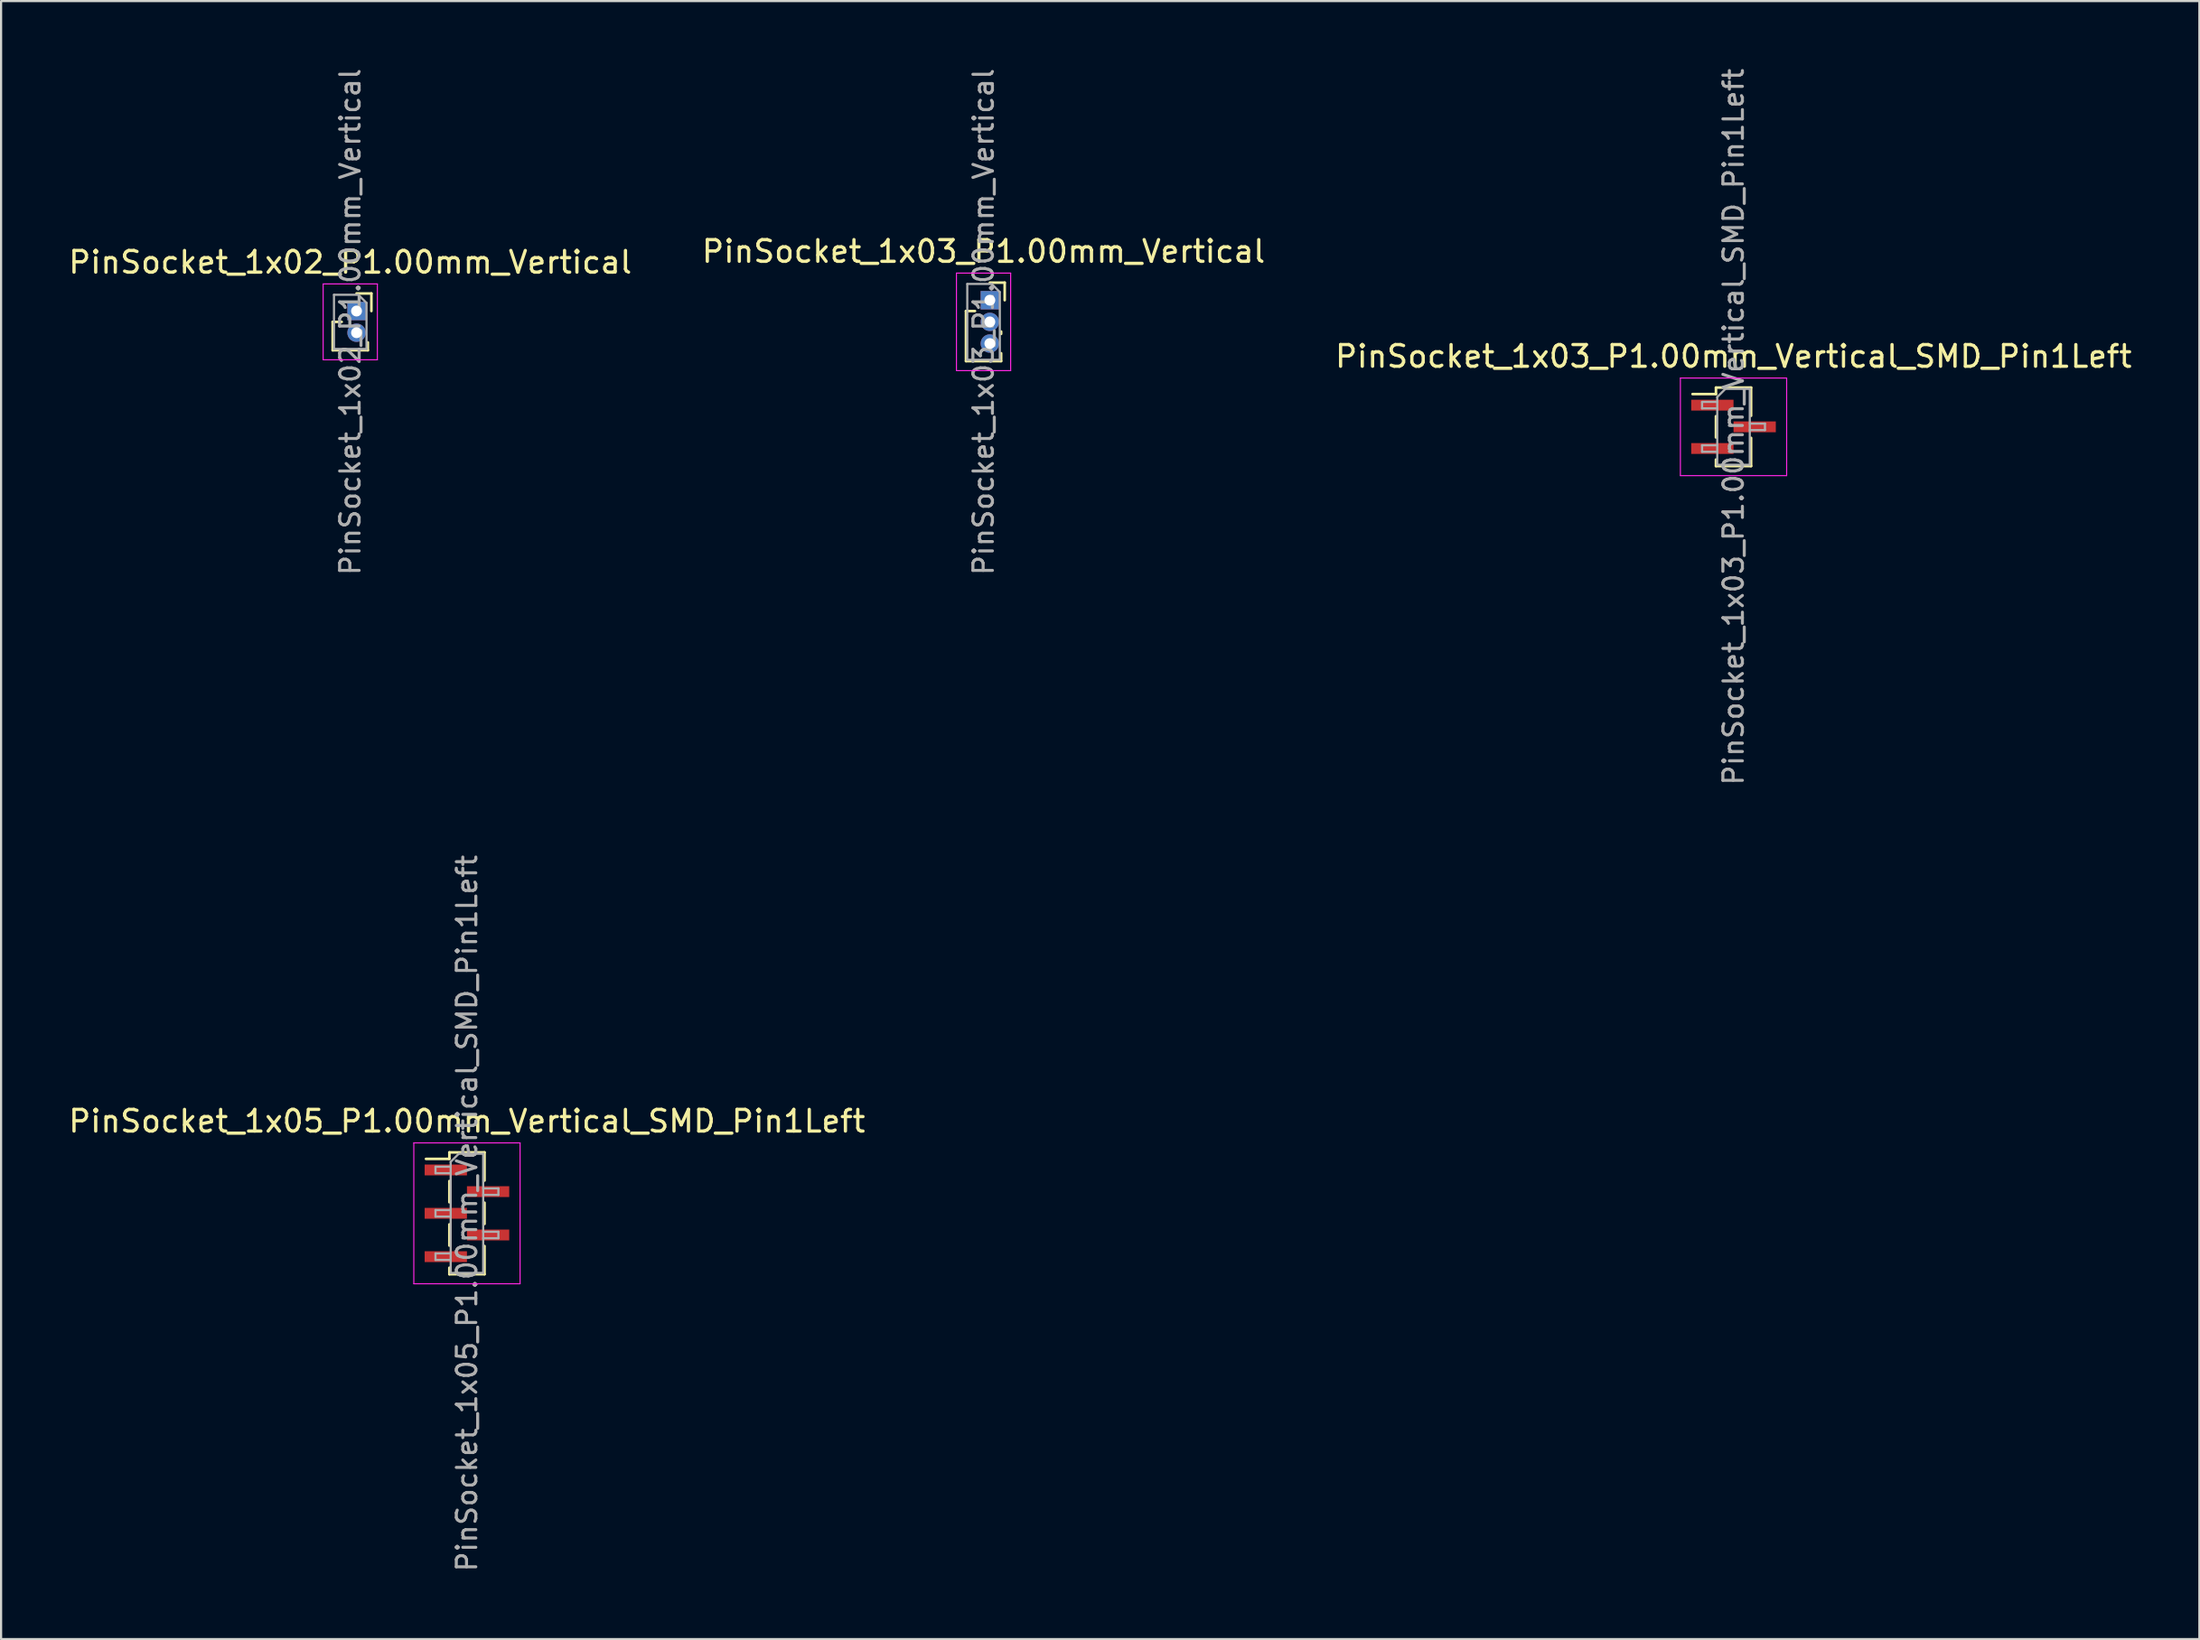
<source format=kicad_pcb>
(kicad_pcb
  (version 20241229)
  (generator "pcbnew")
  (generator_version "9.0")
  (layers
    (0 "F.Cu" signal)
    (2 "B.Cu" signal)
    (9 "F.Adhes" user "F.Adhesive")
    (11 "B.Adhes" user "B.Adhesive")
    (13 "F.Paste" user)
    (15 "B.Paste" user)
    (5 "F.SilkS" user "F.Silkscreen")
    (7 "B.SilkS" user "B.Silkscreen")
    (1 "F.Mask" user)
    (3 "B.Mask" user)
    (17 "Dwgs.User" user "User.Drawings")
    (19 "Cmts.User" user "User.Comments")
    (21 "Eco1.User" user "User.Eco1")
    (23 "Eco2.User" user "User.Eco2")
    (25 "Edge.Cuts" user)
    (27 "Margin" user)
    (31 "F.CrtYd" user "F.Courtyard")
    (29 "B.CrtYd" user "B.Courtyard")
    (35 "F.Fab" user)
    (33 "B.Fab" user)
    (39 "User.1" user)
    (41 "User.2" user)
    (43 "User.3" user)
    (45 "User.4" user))
  (footprint "PinSocket_1x02_P1.00mm_Vertical"
    (layer "F.Cu")
    (at 13.391 11.299)
    (property "Reference" "PinSocket_1x02_P1.00mm_Vertical" (at -0.29 -2.25 0) (layer "F.SilkS") (effects (font (size 1 1) (thickness 0.15))))
    (attr through_hole)
    (fp_line (start -1.1 0.5) (end -1.1 1.81) (stroke (width 0.12) (type solid)) (layer "F.SilkS"))
    (fp_line (start -1.1 0.5) (end -0.685 0.5) (stroke (width 0.12) (type solid)) (layer "F.SilkS"))
    (fp_line (start -1.1 1.81) (end 0.52 1.81) (stroke (width 0.12) (type solid)) (layer "F.SilkS"))
    (fp_line (start 0 -0.81) (end 0.685 -0.81) (stroke (width 0.12) (type solid)) (layer "F.SilkS"))
    (fp_line (start 0.52 1.446) (end 0.52 1.81) (stroke (width 0.12) (type solid)) (layer "F.SilkS"))
    (fp_line (start 0.685 -0.81) (end 0.685 0) (stroke (width 0.12) (type solid)) (layer "F.SilkS"))
    (fp_line (start -1.54 -1.25) (end 0.96 -1.25) (stroke (width 0.05) (type solid)) (layer "F.CrtYd"))
    (fp_line (start -1.54 2.25) (end -1.54 -1.25) (stroke (width 0.05) (type solid)) (layer "F.CrtYd"))
    (fp_line (start 0.96 -1.25) (end 0.96 2.25) (stroke (width 0.05) (type solid)) (layer "F.CrtYd"))
    (fp_line (start 0.96 2.25) (end -1.54 2.25) (stroke (width 0.05) (type solid)) (layer "F.CrtYd"))
    (fp_line (start -1.04 -0.75) (end 0.085 -0.75) (stroke (width 0.1) (type solid)) (layer "F.Fab"))
    (fp_line (start -1.04 1.75) (end -1.04 -0.75) (stroke (width 0.1) (type solid)) (layer "F.Fab"))
    (fp_line (start 0.085 -0.75) (end 0.46 -0.375) (stroke (width 0.1) (type solid)) (layer "F.Fab"))
    (fp_line (start 0.46 -0.375) (end 0.46 1.75) (stroke (width 0.1) (type solid)) (layer "F.Fab"))
    (fp_line (start 0.46 1.75) (end -1.04 1.75) (stroke (width 0.1) (type solid)) (layer "F.Fab"))
    (fp_text user "${REFERENCE}" (at -0.29 0.5 90) (layer "F.Fab") (effects (font (size 0.9 0.9) (thickness 0.14))))
    (pad "1" thru_hole rect (at 0 0) (size 0.85 0.85) (drill 0.5) (layers "*.Cu" "*.Mask"))
    (pad "2" thru_hole oval (at 0 1) (size 0.85 0.85) (drill 0.5) (layers "*.Cu" "*.Mask")))
  (footprint "PinSocket_1x05_P1.00mm_Vertical_SMD_Pin1Left"
    (layer "F.Cu")
    (at 18.482 52.924)
    (property "Reference" "PinSocket_1x05_P1.00mm_Vertical_SMD_Pin1Left" (at 0 -4.25 0) (layer "F.SilkS") (effects (font (size 1 1) (thickness 0.15))))
    (attr smd)
    (fp_line (start -1.89 -2.51) (end -0.81 -2.51) (stroke (width 0.12) (type solid)) (layer "F.SilkS"))
    (fp_line (start -0.81 -2.81) (end -0.81 -2.51) (stroke (width 0.12) (type solid)) (layer "F.SilkS"))
    (fp_line (start -0.81 -2.81) (end 0.81 -2.81) (stroke (width 0.12) (type solid)) (layer "F.SilkS"))
    (fp_line (start -0.81 -1.49) (end -0.81 -0.51) (stroke (width 0.12) (type solid)) (layer "F.SilkS"))
    (fp_line (start -0.81 0.51) (end -0.81 1.49) (stroke (width 0.12) (type solid)) (layer "F.SilkS"))
    (fp_line (start -0.81 2.51) (end -0.81 2.81) (stroke (width 0.12) (type solid)) (layer "F.SilkS"))
    (fp_line (start -0.81 2.81) (end 0.81 2.81) (stroke (width 0.12) (type solid)) (layer "F.SilkS"))
    (fp_line (start 0.81 -2.81) (end 0.81 -1.51) (stroke (width 0.12) (type solid)) (layer "F.SilkS"))
    (fp_line (start 0.81 -0.49) (end 0.81 0.49) (stroke (width 0.12) (type solid)) (layer "F.SilkS"))
    (fp_line (start 0.81 1.51) (end 0.81 2.81) (stroke (width 0.12) (type solid)) (layer "F.SilkS"))
    (fp_line (start -2.45 -3.25) (end 2.45 -3.25) (stroke (width 0.05) (type solid)) (layer "F.CrtYd"))
    (fp_line (start -2.45 3.25) (end -2.45 -3.25) (stroke (width 0.05) (type solid)) (layer "F.CrtYd"))
    (fp_line (start 2.45 -3.25) (end 2.45 3.25) (stroke (width 0.05) (type solid)) (layer "F.CrtYd"))
    (fp_line (start 2.45 3.25) (end -2.45 3.25) (stroke (width 0.05) (type solid)) (layer "F.CrtYd"))
    (fp_line (start -1.45 -2.15) (end -0.75 -2.15) (stroke (width 0.1) (type solid)) (layer "F.Fab"))
    (fp_line (start -1.45 -1.85) (end -1.45 -2.15) (stroke (width 0.1) (type solid)) (layer "F.Fab"))
    (fp_line (start -1.45 -0.15) (end -0.75 -0.15) (stroke (width 0.1) (type solid)) (layer "F.Fab"))
    (fp_line (start -1.45 0.15) (end -1.45 -0.15) (stroke (width 0.1) (type solid)) (layer "F.Fab"))
    (fp_line (start -1.45 1.85) (end -0.75 1.85) (stroke (width 0.1) (type solid)) (layer "F.Fab"))
    (fp_line (start -1.45 2.15) (end -1.45 1.85) (stroke (width 0.1) (type solid)) (layer "F.Fab"))
    (fp_line (start -0.75 -2.375) (end -0.375 -2.75) (stroke (width 0.1) (type solid)) (layer "F.Fab"))
    (fp_line (start -0.75 -1.85) (end -1.45 -1.85) (stroke (width 0.1) (type solid)) (layer "F.Fab"))
    (fp_line (start -0.75 0.15) (end -1.45 0.15) (stroke (width 0.1) (type solid)) (layer "F.Fab"))
    (fp_line (start -0.75 2.15) (end -1.45 2.15) (stroke (width 0.1) (type solid)) (layer "F.Fab"))
    (fp_line (start -0.75 2.75) (end -0.75 -2.375) (stroke (width 0.1) (type solid)) (layer "F.Fab"))
    (fp_line (start -0.375 -2.75) (end 0.75 -2.75) (stroke (width 0.1) (type solid)) (layer "F.Fab"))
    (fp_line (start 0.75 -2.75) (end 0.75 2.75) (stroke (width 0.1) (type solid)) (layer "F.Fab"))
    (fp_line (start 0.75 -1.15) (end 1.45 -1.15) (stroke (width 0.1) (type solid)) (layer "F.Fab"))
    (fp_line (start 0.75 0.85) (end 1.45 0.85) (stroke (width 0.1) (type solid)) (layer "F.Fab"))
    (fp_line (start 0.75 2.75) (end -0.75 2.75) (stroke (width 0.1) (type solid)) (layer "F.Fab"))
    (fp_line (start 1.45 -1.15) (end 1.45 -0.85) (stroke (width 0.1) (type solid)) (layer "F.Fab"))
    (fp_line (start 1.45 -0.85) (end 0.75 -0.85) (stroke (width 0.1) (type solid)) (layer "F.Fab"))
    (fp_line (start 1.45 0.85) (end 1.45 1.15) (stroke (width 0.1) (type solid)) (layer "F.Fab"))
    (fp_line (start 1.45 1.15) (end 0.75 1.15) (stroke (width 0.1) (type solid)) (layer "F.Fab"))
    (fp_text user "${REFERENCE}" (at 0 0 90) (layer "F.Fab") (effects (font (size 0.9 0.9) (thickness 0.14))))
    (pad "1" smd rect (at -0.975 -2) (size 1.95 0.5) (layers "F.Cu" "F.Mask" "F.Paste"))
    (pad "2" smd rect (at 0.975 -1) (size 1.95 0.5) (layers "F.Cu" "F.Mask" "F.Paste"))
    (pad "3" smd rect (at -0.975 0) (size 1.95 0.5) (layers "F.Cu" "F.Mask" "F.Paste"))
    (pad "4" smd rect (at 0.975 1) (size 1.95 0.5) (layers "F.Cu" "F.Mask" "F.Paste"))
    (pad "5" smd rect (at -0.975 2) (size 1.95 0.5) (layers "F.Cu" "F.Mask" "F.Paste")))
  (footprint "PinSocket_1x03_P1.00mm_Vertical"
    (layer "F.Cu")
    (at 42.594 10.799)
    (property "Reference" "PinSocket_1x03_P1.00mm_Vertical" (at -0.29 -2.25 0) (layer "F.SilkS") (effects (font (size 1 1) (thickness 0.15))))
    (attr through_hole)
    (fp_line (start -1.1 0.5) (end -1.1 2.81) (stroke (width 0.12) (type solid)) (layer "F.SilkS"))
    (fp_line (start -1.1 0.5) (end -0.685 0.5) (stroke (width 0.12) (type solid)) (layer "F.SilkS"))
    (fp_line (start -1.1 2.81) (end 0.52 2.81) (stroke (width 0.12) (type solid)) (layer "F.SilkS"))
    (fp_line (start 0 -0.81) (end 0.685 -0.81) (stroke (width 0.12) (type solid)) (layer "F.SilkS"))
    (fp_line (start 0.52 1.446) (end 0.52 1.554) (stroke (width 0.12) (type solid)) (layer "F.SilkS"))
    (fp_line (start 0.52 2.446) (end 0.52 2.81) (stroke (width 0.12) (type solid)) (layer "F.SilkS"))
    (fp_line (start 0.685 -0.81) (end 0.685 0) (stroke (width 0.12) (type solid)) (layer "F.SilkS"))
    (fp_line (start -1.54 -1.25) (end 0.96 -1.25) (stroke (width 0.05) (type solid)) (layer "F.CrtYd"))
    (fp_line (start -1.54 3.25) (end -1.54 -1.25) (stroke (width 0.05) (type solid)) (layer "F.CrtYd"))
    (fp_line (start 0.96 -1.25) (end 0.96 3.25) (stroke (width 0.05) (type solid)) (layer "F.CrtYd"))
    (fp_line (start 0.96 3.25) (end -1.54 3.25) (stroke (width 0.05) (type solid)) (layer "F.CrtYd"))
    (fp_line (start -1.04 -0.75) (end 0.085 -0.75) (stroke (width 0.1) (type solid)) (layer "F.Fab"))
    (fp_line (start -1.04 2.75) (end -1.04 -0.75) (stroke (width 0.1) (type solid)) (layer "F.Fab"))
    (fp_line (start 0.085 -0.75) (end 0.46 -0.375) (stroke (width 0.1) (type solid)) (layer "F.Fab"))
    (fp_line (start 0.46 -0.375) (end 0.46 2.75) (stroke (width 0.1) (type solid)) (layer "F.Fab"))
    (fp_line (start 0.46 2.75) (end -1.04 2.75) (stroke (width 0.1) (type solid)) (layer "F.Fab"))
    (fp_text user "${REFERENCE}" (at -0.29 1 90) (layer "F.Fab") (effects (font (size 0.9 0.9) (thickness 0.14))))
    (pad "1" thru_hole rect (at 0 0) (size 0.85 0.85) (drill 0.5) (layers "*.Cu" "*.Mask"))
    (pad "2" thru_hole oval (at 0 1) (size 0.85 0.85) (drill 0.5) (layers "*.Cu" "*.Mask"))
    (pad "3" thru_hole oval (at 0 2) (size 0.85 0.85) (drill 0.5) (layers "*.Cu" "*.Mask")))
  (footprint "PinSocket_1x03_P1.00mm_Vertical_SMD_Pin1Left"
    (layer "F.Cu")
    (at 76.887 16.641)
    (property "Reference" "PinSocket_1x03_P1.00mm_Vertical_SMD_Pin1Left" (at 0 -3.25 0) (layer "F.SilkS") (effects (font (size 1 1) (thickness 0.15))))
    (attr smd)
    (fp_line (start -1.89 -1.51) (end -0.81 -1.51) (stroke (width 0.12) (type solid)) (layer "F.SilkS"))
    (fp_line (start -0.81 -1.81) (end -0.81 -1.51) (stroke (width 0.12) (type solid)) (layer "F.SilkS"))
    (fp_line (start -0.81 -1.81) (end 0.81 -1.81) (stroke (width 0.12) (type solid)) (layer "F.SilkS"))
    (fp_line (start -0.81 -0.49) (end -0.81 0.49) (stroke (width 0.12) (type solid)) (layer "F.SilkS"))
    (fp_line (start -0.81 1.51) (end -0.81 1.81) (stroke (width 0.12) (type solid)) (layer "F.SilkS"))
    (fp_line (start -0.81 1.81) (end 0.81 1.81) (stroke (width 0.12) (type solid)) (layer "F.SilkS"))
    (fp_line (start 0.81 -1.81) (end 0.81 -0.51) (stroke (width 0.12) (type solid)) (layer "F.SilkS"))
    (fp_line (start 0.81 0.51) (end 0.81 1.81) (stroke (width 0.12) (type solid)) (layer "F.SilkS"))
    (fp_line (start -2.45 -2.25) (end 2.45 -2.25) (stroke (width 0.05) (type solid)) (layer "F.CrtYd"))
    (fp_line (start -2.45 2.25) (end -2.45 -2.25) (stroke (width 0.05) (type solid)) (layer "F.CrtYd"))
    (fp_line (start 2.45 -2.25) (end 2.45 2.25) (stroke (width 0.05) (type solid)) (layer "F.CrtYd"))
    (fp_line (start 2.45 2.25) (end -2.45 2.25) (stroke (width 0.05) (type solid)) (layer "F.CrtYd"))
    (fp_line (start -1.45 -1.15) (end -0.75 -1.15) (stroke (width 0.1) (type solid)) (layer "F.Fab"))
    (fp_line (start -1.45 -0.85) (end -1.45 -1.15) (stroke (width 0.1) (type solid)) (layer "F.Fab"))
    (fp_line (start -1.45 0.85) (end -0.75 0.85) (stroke (width 0.1) (type solid)) (layer "F.Fab"))
    (fp_line (start -1.45 1.15) (end -1.45 0.85) (stroke (width 0.1) (type solid)) (layer "F.Fab"))
    (fp_line (start -0.75 -1.375) (end -0.375 -1.75) (stroke (width 0.1) (type solid)) (layer "F.Fab"))
    (fp_line (start -0.75 -0.85) (end -1.45 -0.85) (stroke (width 0.1) (type solid)) (layer "F.Fab"))
    (fp_line (start -0.75 1.15) (end -1.45 1.15) (stroke (width 0.1) (type solid)) (layer "F.Fab"))
    (fp_line (start -0.75 1.75) (end -0.75 -1.375) (stroke (width 0.1) (type solid)) (layer "F.Fab"))
    (fp_line (start -0.375 -1.75) (end 0.75 -1.75) (stroke (width 0.1) (type solid)) (layer "F.Fab"))
    (fp_line (start 0.75 -1.75) (end 0.75 1.75) (stroke (width 0.1) (type solid)) (layer "F.Fab"))
    (fp_line (start 0.75 -0.15) (end 1.45 -0.15) (stroke (width 0.1) (type solid)) (layer "F.Fab"))
    (fp_line (start 0.75 1.75) (end -0.75 1.75) (stroke (width 0.1) (type solid)) (layer "F.Fab"))
    (fp_line (start 1.45 -0.15) (end 1.45 0.15) (stroke (width 0.1) (type solid)) (layer "F.Fab"))
    (fp_line (start 1.45 0.15) (end 0.75 0.15) (stroke (width 0.1) (type solid)) (layer "F.Fab"))
    (fp_text user "${REFERENCE}" (at 0 0 90) (layer "F.Fab") (effects (font (size 0.9 0.9) (thickness 0.14))))
    (pad "1" smd rect (at -0.975 -1) (size 1.95 0.5) (layers "F.Cu" "F.Mask" "F.Paste"))
    (pad "2" smd rect (at 0.975 0) (size 1.95 0.5) (layers "F.Cu" "F.Mask" "F.Paste"))
    (pad "3" smd rect (at -0.975 1) (size 1.95 0.5) (layers "F.Cu" "F.Mask" "F.Paste")))
  (gr_rect
    (start -3 -3)
    (end 98.369 72.566)
    (stroke (width 0.1) (type default))
    (fill no)
    (layer "Edge.Cuts")))
</source>
